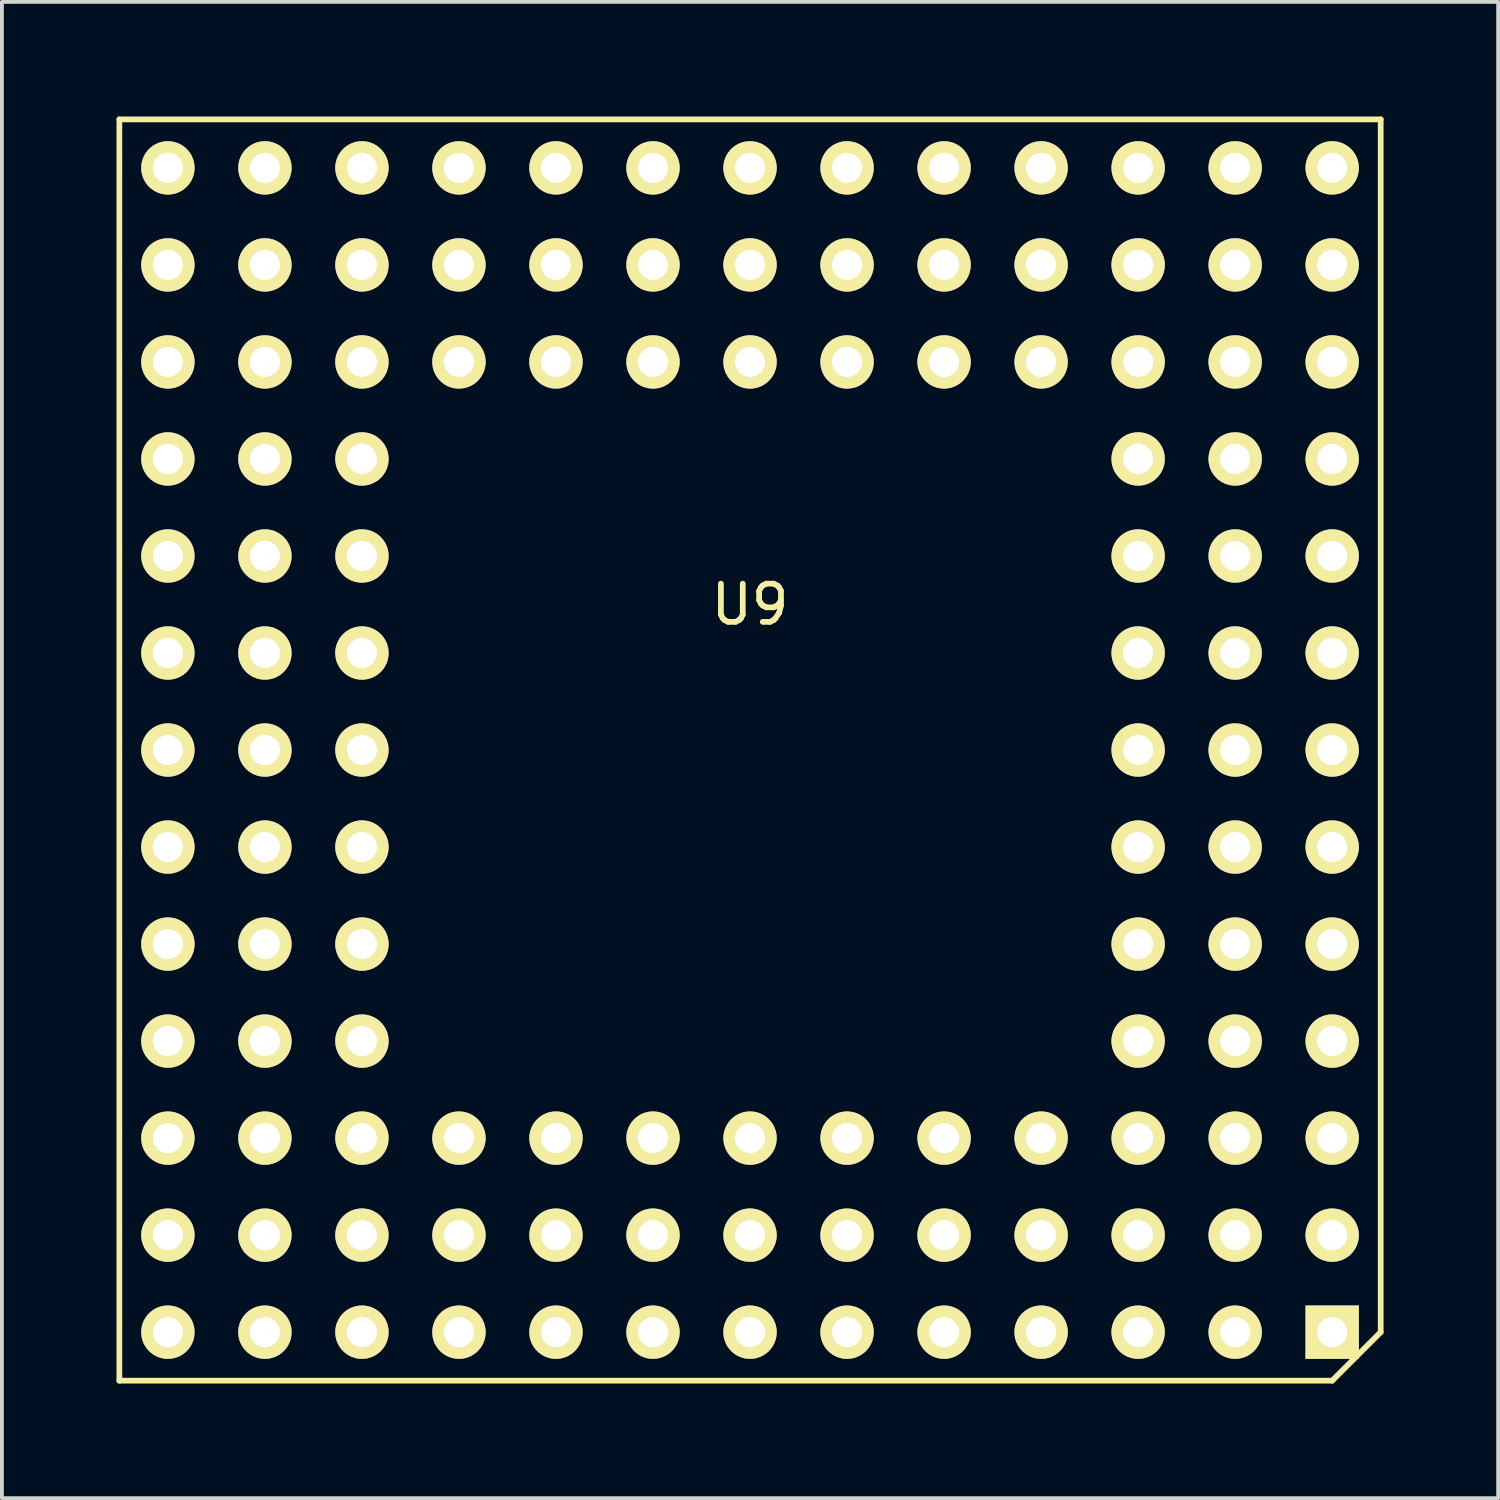
<source format=kicad_pcb>
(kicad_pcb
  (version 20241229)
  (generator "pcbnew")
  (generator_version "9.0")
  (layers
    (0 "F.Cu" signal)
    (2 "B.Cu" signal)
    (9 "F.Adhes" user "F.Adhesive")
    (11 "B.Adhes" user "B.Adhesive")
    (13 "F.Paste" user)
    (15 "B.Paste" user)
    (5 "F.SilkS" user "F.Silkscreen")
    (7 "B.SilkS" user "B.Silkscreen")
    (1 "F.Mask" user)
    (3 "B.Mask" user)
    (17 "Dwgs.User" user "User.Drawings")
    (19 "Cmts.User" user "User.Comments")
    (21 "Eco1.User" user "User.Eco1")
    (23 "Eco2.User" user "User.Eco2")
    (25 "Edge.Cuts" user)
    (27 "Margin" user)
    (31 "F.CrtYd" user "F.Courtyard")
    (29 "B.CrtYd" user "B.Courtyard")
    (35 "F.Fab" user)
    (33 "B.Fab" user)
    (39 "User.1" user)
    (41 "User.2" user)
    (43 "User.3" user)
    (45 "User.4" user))
  (footprint "U9"
    (layer "F.Cu")
    (at 16.585 16.585)
    (property "Reference" "U9" (at 0 -3.81 0) (layer "F.SilkS") (effects (font (size 1 1) (thickness 0.15))))
    (attr through_hole)
    (fp_line (start -16.51 -16.51) (end -16.51 16.51) (stroke (width 0.15) (type solid)) (layer "F.SilkS"))
    (fp_line (start -16.51 16.51) (end 15.24 16.51) (stroke (width 0.15) (type solid)) (layer "F.SilkS"))
    (fp_line (start 16.51 -16.51) (end -16.51 -16.51) (stroke (width 0.15) (type solid)) (layer "F.SilkS"))
    (fp_line (start 16.51 15.24) (end 15.24 16.51) (stroke (width 0.15) (type solid)) (layer "F.SilkS"))
    (fp_line (start 16.51 15.24) (end 16.51 -16.51) (stroke (width 0.15) (type solid)) (layer "F.SilkS"))
    (pad "A1" thru_hole rect (at 15.24 15.24) (size 1.397 1.397) (drill 0.787) (layers "*.Cu" "*.Mask" "F.SilkS"))
    (pad "A2" thru_hole circle (at 12.7 15.24) (size 1.397 1.397) (drill 0.787) (layers "*.Cu" "*.Mask" "F.SilkS"))
    (pad "A3" thru_hole circle (at 10.16 15.24) (size 1.397 1.397) (drill 0.787) (layers "*.Cu" "*.Mask" "F.SilkS"))
    (pad "A4" thru_hole circle (at 7.62 15.24) (size 1.397 1.397) (drill 0.787) (layers "*.Cu" "*.Mask" "F.SilkS"))
    (pad "A5" thru_hole circle (at 5.08 15.24) (size 1.397 1.397) (drill 0.787) (layers "*.Cu" "*.Mask" "F.SilkS"))
    (pad "A6" thru_hole circle (at 2.54 15.24) (size 1.397 1.397) (drill 0.787) (layers "*.Cu" "*.Mask" "F.SilkS"))
    (pad "A7" thru_hole circle (at 0 15.24) (size 1.397 1.397) (drill 0.787) (layers "*.Cu" "*.Mask" "F.SilkS"))
    (pad "A8" thru_hole circle (at -2.54 15.24) (size 1.397 1.397) (drill 0.787) (layers "*.Cu" "*.Mask" "F.SilkS"))
    (pad "A9" thru_hole circle (at -5.08 15.24) (size 1.397 1.397) (drill 0.787) (layers "*.Cu" "*.Mask" "F.SilkS"))
    (pad "A10" thru_hole circle (at -7.62 15.24) (size 1.397 1.397) (drill 0.787) (layers "*.Cu" "*.Mask" "F.SilkS"))
    (pad "A11" thru_hole circle (at -10.16 15.24) (size 1.397 1.397) (drill 0.787) (layers "*.Cu" "*.Mask" "F.SilkS"))
    (pad "A12" thru_hole circle (at -12.7 15.24) (size 1.397 1.397) (drill 0.787) (layers "*.Cu" "*.Mask" "F.SilkS"))
    (pad "A13" thru_hole circle (at -15.24 15.24) (size 1.397 1.397) (drill 0.787) (layers "*.Cu" "*.Mask" "F.SilkS"))
    (pad "B1" thru_hole circle (at 15.24 12.7) (size 1.397 1.397) (drill 0.787) (layers "*.Cu" "*.Mask" "F.SilkS"))
    (pad "B2" thru_hole circle (at 12.7 12.7) (size 1.397 1.397) (drill 0.787) (layers "*.Cu" "*.Mask" "F.SilkS"))
    (pad "B3" thru_hole circle (at 10.16 12.7) (size 1.397 1.397) (drill 0.787) (layers "*.Cu" "*.Mask" "F.SilkS"))
    (pad "B4" thru_hole circle (at 7.62 12.7) (size 1.397 1.397) (drill 0.787) (layers "*.Cu" "*.Mask" "F.SilkS"))
    (pad "B5" thru_hole circle (at 5.08 12.7) (size 1.397 1.397) (drill 0.787) (layers "*.Cu" "*.Mask" "F.SilkS"))
    (pad "B6" thru_hole circle (at 2.54 12.7) (size 1.397 1.397) (drill 0.787) (layers "*.Cu" "*.Mask" "F.SilkS"))
    (pad "B7" thru_hole circle (at 0 12.7) (size 1.397 1.397) (drill 0.787) (layers "*.Cu" "*.Mask" "F.SilkS"))
    (pad "B8" thru_hole circle (at -2.54 12.7) (size 1.397 1.397) (drill 0.787) (layers "*.Cu" "*.Mask" "F.SilkS"))
    (pad "B9" thru_hole circle (at -5.08 12.7) (size 1.397 1.397) (drill 0.787) (layers "*.Cu" "*.Mask" "F.SilkS"))
    (pad "B10" thru_hole circle (at -7.62 12.7) (size 1.397 1.397) (drill 0.787) (layers "*.Cu" "*.Mask" "F.SilkS"))
    (pad "B11" thru_hole circle (at -10.16 12.7) (size 1.397 1.397) (drill 0.787) (layers "*.Cu" "*.Mask" "F.SilkS"))
    (pad "B12" thru_hole circle (at -12.7 12.7) (size 1.397 1.397) (drill 0.787) (layers "*.Cu" "*.Mask" "F.SilkS"))
    (pad "B13" thru_hole circle (at -15.24 12.7) (size 1.397 1.397) (drill 0.787) (layers "*.Cu" "*.Mask" "F.SilkS"))
    (pad "C1" thru_hole circle (at 15.24 10.16) (size 1.397 1.397) (drill 0.787) (layers "*.Cu" "*.Mask" "F.SilkS"))
    (pad "C2" thru_hole circle (at 12.7 10.16) (size 1.397 1.397) (drill 0.787) (layers "*.Cu" "*.Mask" "F.SilkS"))
    (pad "C3" thru_hole circle (at 10.16 10.16) (size 1.397 1.397) (drill 0.787) (layers "*.Cu" "*.Mask" "F.SilkS"))
    (pad "C4" thru_hole circle (at 7.62 10.16) (size 1.397 1.397) (drill 0.787) (layers "*.Cu" "*.Mask" "F.SilkS"))
    (pad "C5" thru_hole circle (at 5.08 10.16) (size 1.397 1.397) (drill 0.787) (layers "*.Cu" "*.Mask" "F.SilkS"))
    (pad "C6" thru_hole circle (at 2.54 10.16) (size 1.397 1.397) (drill 0.787) (layers "*.Cu" "*.Mask" "F.SilkS"))
    (pad "C7" thru_hole circle (at 0 10.16) (size 1.397 1.397) (drill 0.787) (layers "*.Cu" "*.Mask" "F.SilkS"))
    (pad "C8" thru_hole circle (at -2.54 10.16) (size 1.397 1.397) (drill 0.787) (layers "*.Cu" "*.Mask" "F.SilkS"))
    (pad "C9" thru_hole circle (at -5.08 10.16) (size 1.397 1.397) (drill 0.787) (layers "*.Cu" "*.Mask" "F.SilkS"))
    (pad "C10" thru_hole circle (at -7.62 10.16) (size 1.397 1.397) (drill 0.787) (layers "*.Cu" "*.Mask" "F.SilkS"))
    (pad "C11" thru_hole circle (at -10.16 10.16) (size 1.397 1.397) (drill 0.787) (layers "*.Cu" "*.Mask" "F.SilkS"))
    (pad "C12" thru_hole circle (at -12.7 10.16) (size 1.397 1.397) (drill 0.787) (layers "*.Cu" "*.Mask" "F.SilkS"))
    (pad "C13" thru_hole circle (at -15.24 10.16) (size 1.397 1.397) (drill 0.787) (layers "*.Cu" "*.Mask" "F.SilkS"))
    (pad "D1" thru_hole circle (at 15.24 7.62) (size 1.397 1.397) (drill 0.787) (layers "*.Cu" "*.Mask" "F.SilkS"))
    (pad "D2" thru_hole circle (at 12.7 7.62) (size 1.397 1.397) (drill 0.787) (layers "*.Cu" "*.Mask" "F.SilkS"))
    (pad "D3" thru_hole circle (at 10.16 7.62) (size 1.397 1.397) (drill 0.787) (layers "*.Cu" "*.Mask" "F.SilkS"))
    (pad "D11" thru_hole circle (at -10.16 7.62) (size 1.397 1.397) (drill 0.787) (layers "*.Cu" "*.Mask" "F.SilkS"))
    (pad "D12" thru_hole circle (at -12.7 7.62) (size 1.397 1.397) (drill 0.787) (layers "*.Cu" "*.Mask" "F.SilkS"))
    (pad "D13" thru_hole circle (at -15.24 7.62) (size 1.397 1.397) (drill 0.787) (layers "*.Cu" "*.Mask" "F.SilkS"))
    (pad "E1" thru_hole circle (at 15.24 5.08) (size 1.397 1.397) (drill 0.787) (layers "*.Cu" "*.Mask" "F.SilkS"))
    (pad "E2" thru_hole circle (at 12.7 5.08) (size 1.397 1.397) (drill 0.787) (layers "*.Cu" "*.Mask" "F.SilkS"))
    (pad "E3" thru_hole circle (at 10.16 5.08) (size 1.397 1.397) (drill 0.787) (layers "*.Cu" "*.Mask" "F.SilkS"))
    (pad "E11" thru_hole circle (at -10.16 5.08) (size 1.397 1.397) (drill 0.787) (layers "*.Cu" "*.Mask" "F.SilkS"))
    (pad "E12" thru_hole circle (at -12.7 5.08) (size 1.397 1.397) (drill 0.787) (layers "*.Cu" "*.Mask" "F.SilkS"))
    (pad "E13" thru_hole circle (at -15.24 5.08) (size 1.397 1.397) (drill 0.787) (layers "*.Cu" "*.Mask" "F.SilkS"))
    (pad "F1" thru_hole circle (at 15.24 2.54) (size 1.397 1.397) (drill 0.787) (layers "*.Cu" "*.Mask" "F.SilkS"))
    (pad "F2" thru_hole circle (at 12.7 2.54) (size 1.397 1.397) (drill 0.787) (layers "*.Cu" "*.Mask" "F.SilkS"))
    (pad "F3" thru_hole circle (at 10.16 2.54) (size 1.397 1.397) (drill 0.787) (layers "*.Cu" "*.Mask" "F.SilkS"))
    (pad "F11" thru_hole circle (at -10.16 2.54) (size 1.397 1.397) (drill 0.787) (layers "*.Cu" "*.Mask" "F.SilkS"))
    (pad "F12" thru_hole circle (at -12.7 2.54) (size 1.397 1.397) (drill 0.787) (layers "*.Cu" "*.Mask" "F.SilkS"))
    (pad "F13" thru_hole circle (at -15.24 2.54) (size 1.397 1.397) (drill 0.787) (layers "*.Cu" "*.Mask" "F.SilkS"))
    (pad "G1" thru_hole circle (at 15.24 0) (size 1.397 1.397) (drill 0.787) (layers "*.Cu" "*.Mask" "F.SilkS"))
    (pad "G2" thru_hole circle (at 12.7 0) (size 1.397 1.397) (drill 0.787) (layers "*.Cu" "*.Mask" "F.SilkS"))
    (pad "G3" thru_hole circle (at 10.16 0) (size 1.397 1.397) (drill 0.787) (layers "*.Cu" "*.Mask" "F.SilkS"))
    (pad "G11" thru_hole circle (at -10.16 0) (size 1.397 1.397) (drill 0.787) (layers "*.Cu" "*.Mask" "F.SilkS"))
    (pad "G12" thru_hole circle (at -12.7 0) (size 1.397 1.397) (drill 0.787) (layers "*.Cu" "*.Mask" "F.SilkS"))
    (pad "G13" thru_hole circle (at -15.24 0) (size 1.397 1.397) (drill 0.787) (layers "*.Cu" "*.Mask" "F.SilkS"))
    (pad "H1" thru_hole circle (at 15.24 -2.54) (size 1.397 1.397) (drill 0.787) (layers "*.Cu" "*.Mask" "F.SilkS"))
    (pad "H2" thru_hole circle (at 12.7 -2.54) (size 1.397 1.397) (drill 0.787) (layers "*.Cu" "*.Mask" "F.SilkS"))
    (pad "H3" thru_hole circle (at 10.16 -2.54) (size 1.397 1.397) (drill 0.787) (layers "*.Cu" "*.Mask" "F.SilkS"))
    (pad "H11" thru_hole circle (at -10.16 -2.54) (size 1.397 1.397) (drill 0.787) (layers "*.Cu" "*.Mask" "F.SilkS"))
    (pad "H12" thru_hole circle (at -12.7 -2.54) (size 1.397 1.397) (drill 0.787) (layers "*.Cu" "*.Mask" "F.SilkS"))
    (pad "H13" thru_hole circle (at -15.24 -2.54) (size 1.397 1.397) (drill 0.787) (layers "*.Cu" "*.Mask" "F.SilkS"))
    (pad "J1" thru_hole circle (at 15.24 -5.08) (size 1.397 1.397) (drill 0.787) (layers "*.Cu" "*.Mask" "F.SilkS"))
    (pad "J2" thru_hole circle (at 12.7 -5.08) (size 1.397 1.397) (drill 0.787) (layers "*.Cu" "*.Mask" "F.SilkS"))
    (pad "J3" thru_hole circle (at 10.16 -5.08) (size 1.397 1.397) (drill 0.787) (layers "*.Cu" "*.Mask" "F.SilkS"))
    (pad "J11" thru_hole circle (at -10.16 -5.08) (size 1.397 1.397) (drill 0.787) (layers "*.Cu" "*.Mask" "F.SilkS"))
    (pad "J12" thru_hole circle (at -12.7 -5.08) (size 1.397 1.397) (drill 0.787) (layers "*.Cu" "*.Mask" "F.SilkS"))
    (pad "J13" thru_hole circle (at -15.24 -5.08) (size 1.397 1.397) (drill 0.787) (layers "*.Cu" "*.Mask" "F.SilkS"))
    (pad "K1" thru_hole circle (at 15.24 -7.62) (size 1.397 1.397) (drill 0.787) (layers "*.Cu" "*.Mask" "F.SilkS"))
    (pad "K2" thru_hole circle (at 12.7 -7.62) (size 1.397 1.397) (drill 0.787) (layers "*.Cu" "*.Mask" "F.SilkS"))
    (pad "K3" thru_hole circle (at 10.16 -7.62) (size 1.397 1.397) (drill 0.787) (layers "*.Cu" "*.Mask" "F.SilkS"))
    (pad "K11" thru_hole circle (at -10.16 -7.62) (size 1.397 1.397) (drill 0.787) (layers "*.Cu" "*.Mask" "F.SilkS"))
    (pad "K12" thru_hole circle (at -12.7 -7.62) (size 1.397 1.397) (drill 0.787) (layers "*.Cu" "*.Mask" "F.SilkS"))
    (pad "K13" thru_hole circle (at -15.24 -7.62) (size 1.397 1.397) (drill 0.787) (layers "*.Cu" "*.Mask" "F.SilkS"))
    (pad "L1" thru_hole circle (at 15.24 -10.16) (size 1.397 1.397) (drill 0.787) (layers "*.Cu" "*.Mask" "F.SilkS"))
    (pad "L2" thru_hole circle (at 12.7 -10.16) (size 1.397 1.397) (drill 0.787) (layers "*.Cu" "*.Mask" "F.SilkS"))
    (pad "L3" thru_hole circle (at 10.16 -10.16) (size 1.397 1.397) (drill 0.787) (layers "*.Cu" "*.Mask" "F.SilkS"))
    (pad "L4" thru_hole circle (at 7.62 -10.16) (size 1.397 1.397) (drill 0.787) (layers "*.Cu" "*.Mask" "F.SilkS"))
    (pad "L5" thru_hole circle (at 5.08 -10.16) (size 1.397 1.397) (drill 0.787) (layers "*.Cu" "*.Mask" "F.SilkS"))
    (pad "L6" thru_hole circle (at 2.54 -10.16) (size 1.397 1.397) (drill 0.787) (layers "*.Cu" "*.Mask" "F.SilkS"))
    (pad "L7" thru_hole circle (at 0 -10.16) (size 1.397 1.397) (drill 0.787) (layers "*.Cu" "*.Mask" "F.SilkS"))
    (pad "L8" thru_hole circle (at -2.54 -10.16) (size 1.397 1.397) (drill 0.787) (layers "*.Cu" "*.Mask" "F.SilkS"))
    (pad "L9" thru_hole circle (at -5.08 -10.16) (size 1.397 1.397) (drill 0.787) (layers "*.Cu" "*.Mask" "F.SilkS"))
    (pad "L10" thru_hole circle (at -7.62 -10.16) (size 1.397 1.397) (drill 0.787) (layers "*.Cu" "*.Mask" "F.SilkS"))
    (pad "L11" thru_hole circle (at -10.16 -10.16) (size 1.397 1.397) (drill 0.787) (layers "*.Cu" "*.Mask" "F.SilkS"))
    (pad "L12" thru_hole circle (at -12.7 -10.16) (size 1.397 1.397) (drill 0.787) (layers "*.Cu" "*.Mask" "F.SilkS"))
    (pad "L13" thru_hole circle (at -15.24 -10.16) (size 1.397 1.397) (drill 0.787) (layers "*.Cu" "*.Mask" "F.SilkS"))
    (pad "M1" thru_hole circle (at 15.24 -12.7) (size 1.397 1.397) (drill 0.787) (layers "*.Cu" "*.Mask" "F.SilkS"))
    (pad "M2" thru_hole circle (at 12.7 -12.7) (size 1.397 1.397) (drill 0.787) (layers "*.Cu" "*.Mask" "F.SilkS"))
    (pad "M3" thru_hole circle (at 10.16 -12.7) (size 1.397 1.397) (drill 0.787) (layers "*.Cu" "*.Mask" "F.SilkS"))
    (pad "M4" thru_hole circle (at 7.62 -12.7) (size 1.397 1.397) (drill 0.787) (layers "*.Cu" "*.Mask" "F.SilkS"))
    (pad "M5" thru_hole circle (at 5.08 -12.7) (size 1.397 1.397) (drill 0.787) (layers "*.Cu" "*.Mask" "F.SilkS"))
    (pad "M6" thru_hole circle (at 2.54 -12.7) (size 1.397 1.397) (drill 0.787) (layers "*.Cu" "*.Mask" "F.SilkS"))
    (pad "M7" thru_hole circle (at 0 -12.7) (size 1.397 1.397) (drill 0.787) (layers "*.Cu" "*.Mask" "F.SilkS"))
    (pad "M8" thru_hole circle (at -2.54 -12.7) (size 1.397 1.397) (drill 0.787) (layers "*.Cu" "*.Mask" "F.SilkS"))
    (pad "M9" thru_hole circle (at -5.08 -12.7) (size 1.397 1.397) (drill 0.787) (layers "*.Cu" "*.Mask" "F.SilkS"))
    (pad "M10" thru_hole circle (at -7.62 -12.7) (size 1.397 1.397) (drill 0.787) (layers "*.Cu" "*.Mask" "F.SilkS"))
    (pad "M11" thru_hole circle (at -10.16 -12.7) (size 1.397 1.397) (drill 0.787) (layers "*.Cu" "*.Mask" "F.SilkS"))
    (pad "M12" thru_hole circle (at -12.7 -12.7) (size 1.397 1.397) (drill 0.787) (layers "*.Cu" "*.Mask" "F.SilkS"))
    (pad "M13" thru_hole circle (at -15.24 -12.7) (size 1.397 1.397) (drill 0.787) (layers "*.Cu" "*.Mask" "F.SilkS"))
    (pad "N1" thru_hole circle (at 15.24 -15.24) (size 1.397 1.397) (drill 0.787) (layers "*.Cu" "*.Mask" "F.SilkS"))
    (pad "N2" thru_hole circle (at 12.7 -15.24) (size 1.397 1.397) (drill 0.787) (layers "*.Cu" "*.Mask" "F.SilkS"))
    (pad "N3" thru_hole circle (at 10.16 -15.24) (size 1.397 1.397) (drill 0.787) (layers "*.Cu" "*.Mask" "F.SilkS"))
    (pad "N4" thru_hole circle (at 7.62 -15.24) (size 1.397 1.397) (drill 0.787) (layers "*.Cu" "*.Mask" "F.SilkS"))
    (pad "N5" thru_hole circle (at 5.08 -15.24) (size 1.397 1.397) (drill 0.787) (layers "*.Cu" "*.Mask" "F.SilkS"))
    (pad "N6" thru_hole circle (at 2.54 -15.24) (size 1.397 1.397) (drill 0.787) (layers "*.Cu" "*.Mask" "F.SilkS"))
    (pad "N7" thru_hole circle (at 0 -15.24) (size 1.397 1.397) (drill 0.787) (layers "*.Cu" "*.Mask" "F.SilkS"))
    (pad "N8" thru_hole circle (at -2.54 -15.24) (size 1.397 1.397) (drill 0.787) (layers "*.Cu" "*.Mask" "F.SilkS"))
    (pad "N9" thru_hole circle (at -5.08 -15.24) (size 1.397 1.397) (drill 0.787) (layers "*.Cu" "*.Mask" "F.SilkS"))
    (pad "N10" thru_hole circle (at -7.62 -15.24) (size 1.397 1.397) (drill 0.787) (layers "*.Cu" "*.Mask" "F.SilkS"))
    (pad "N11" thru_hole circle (at -10.16 -15.24) (size 1.397 1.397) (drill 0.787) (layers "*.Cu" "*.Mask" "F.SilkS"))
    (pad "N12" thru_hole circle (at -12.7 -15.24) (size 1.397 1.397) (drill 0.787) (layers "*.Cu" "*.Mask" "F.SilkS"))
    (pad "N13" thru_hole circle (at -15.24 -15.24) (size 1.397 1.397) (drill 0.787) (layers "*.Cu" "*.Mask" "F.SilkS")))
  (gr_rect
    (start -3 -3)
    (end 36.17 36.17)
    (stroke (width 0.1) (type default))
    (fill no)
    (layer "Edge.Cuts")))
</source>
